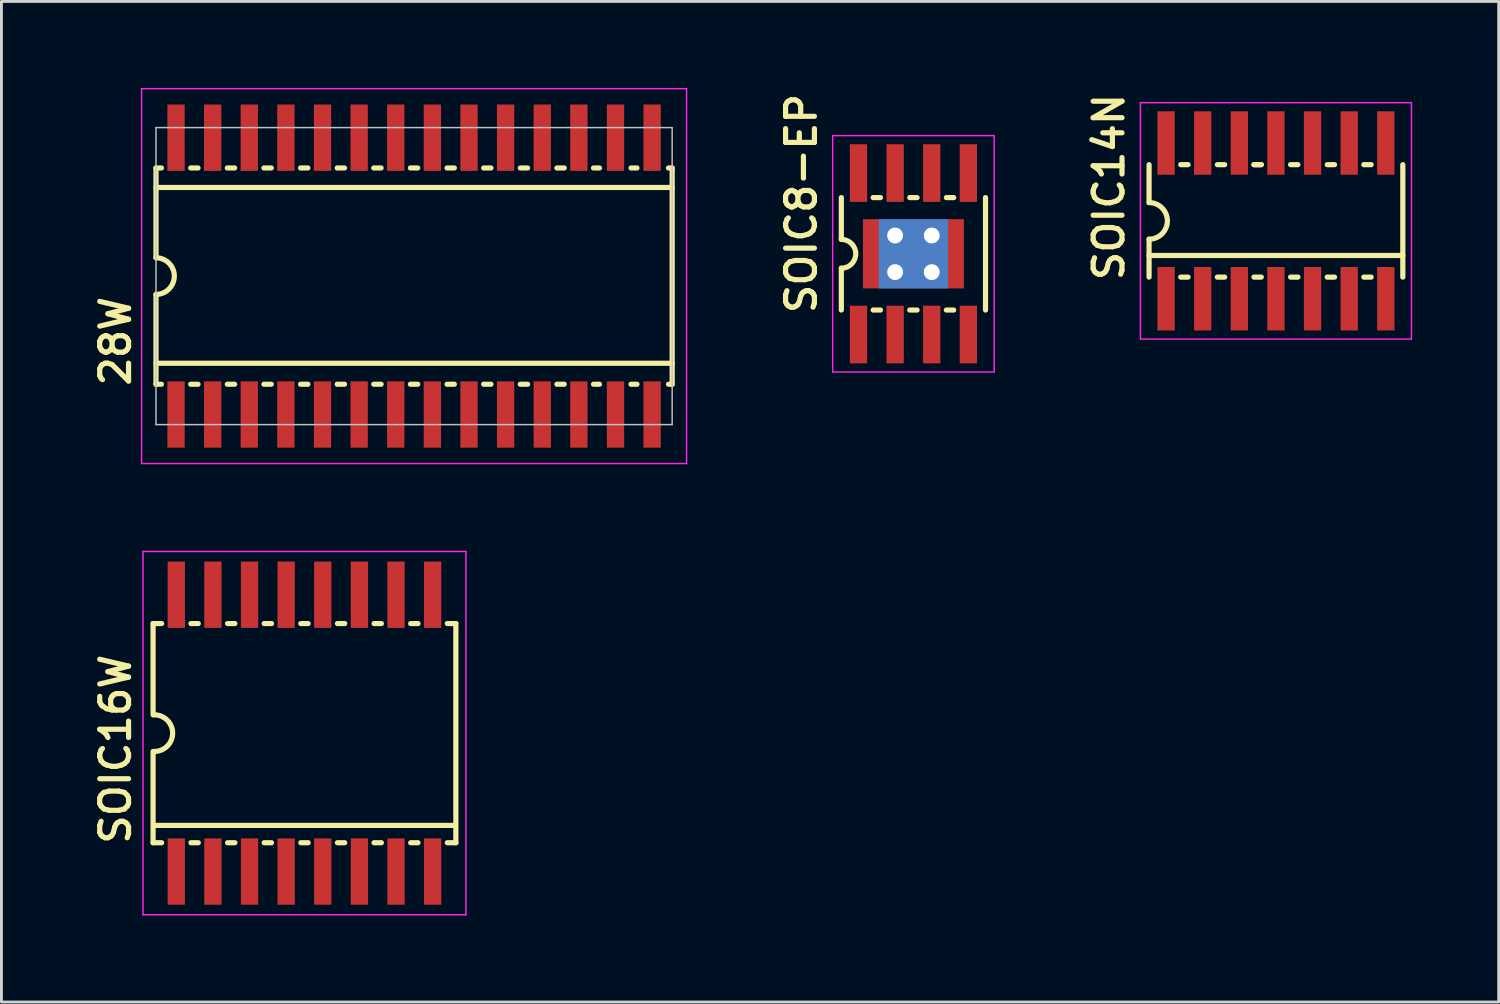
<source format=kicad_pcb>
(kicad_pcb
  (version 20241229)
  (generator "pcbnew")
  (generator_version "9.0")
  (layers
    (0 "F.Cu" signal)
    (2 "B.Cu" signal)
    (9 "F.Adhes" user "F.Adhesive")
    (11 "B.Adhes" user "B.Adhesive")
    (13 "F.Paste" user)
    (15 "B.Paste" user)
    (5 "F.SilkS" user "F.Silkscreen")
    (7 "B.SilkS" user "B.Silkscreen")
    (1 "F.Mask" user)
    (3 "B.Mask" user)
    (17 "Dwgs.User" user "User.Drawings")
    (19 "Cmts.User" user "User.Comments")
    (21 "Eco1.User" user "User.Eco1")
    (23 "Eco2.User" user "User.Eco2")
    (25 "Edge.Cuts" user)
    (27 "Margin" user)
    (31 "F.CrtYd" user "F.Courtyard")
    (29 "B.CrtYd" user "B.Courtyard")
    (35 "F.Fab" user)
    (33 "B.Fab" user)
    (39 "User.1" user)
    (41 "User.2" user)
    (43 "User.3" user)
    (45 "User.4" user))
  (footprint "28W"
    (layer "F.Cu")
    (at 11.31 6.525)
    (property "Reference" "28W" (at -9.77 3.9 90) (layer "F.SilkS") (effects (font (size 1 1) (thickness 0.18)) (justify left bottom)))
    (attr through_hole)
    (fp_line (start -8.95 -3.75) (end -8.763 -3.75) (stroke (width 0.18) (type solid)) (layer "F.SilkS"))
    (fp_line (start -8.95 -3.073) (end 8.95 -3.073) (stroke (width 0.18) (type solid)) (layer "F.SilkS"))
    (fp_line (start -8.95 -0.635) (end -8.95 -3.75) (stroke (width 0.18) (type solid)) (layer "F.SilkS"))
    (fp_line (start -8.95 3.023) (end 8.95 3.023) (stroke (width 0.18) (type solid)) (layer "F.SilkS"))
    (fp_line (start -8.95 3.75) (end -8.95 0.635) (stroke (width 0.18) (type solid)) (layer "F.SilkS"))
    (fp_line (start -8.95 3.75) (end -8.763 3.75) (stroke (width 0.18) (type solid)) (layer "F.SilkS"))
    (fp_line (start -7.747 -3.75) (end -7.493 -3.75) (stroke (width 0.18) (type solid)) (layer "F.SilkS"))
    (fp_line (start -7.747 3.75) (end -7.493 3.75) (stroke (width 0.18) (type solid)) (layer "F.SilkS"))
    (fp_line (start -6.477 -3.75) (end -6.223 -3.75) (stroke (width 0.18) (type solid)) (layer "F.SilkS"))
    (fp_line (start -6.477 3.75) (end -6.223 3.75) (stroke (width 0.18) (type solid)) (layer "F.SilkS"))
    (fp_line (start -5.207 -3.75) (end -4.953 -3.75) (stroke (width 0.18) (type solid)) (layer "F.SilkS"))
    (fp_line (start -5.207 3.75) (end -4.953 3.75) (stroke (width 0.18) (type solid)) (layer "F.SilkS"))
    (fp_line (start -3.937 -3.75) (end -3.683 -3.75) (stroke (width 0.18) (type solid)) (layer "F.SilkS"))
    (fp_line (start -3.937 3.75) (end -3.683 3.75) (stroke (width 0.18) (type solid)) (layer "F.SilkS"))
    (fp_line (start -2.667 -3.75) (end -2.413 -3.75) (stroke (width 0.18) (type solid)) (layer "F.SilkS"))
    (fp_line (start -2.667 3.75) (end -2.413 3.75) (stroke (width 0.18) (type solid)) (layer "F.SilkS"))
    (fp_line (start -1.397 -3.75) (end -1.143 -3.75) (stroke (width 0.18) (type solid)) (layer "F.SilkS"))
    (fp_line (start -1.397 3.75) (end -1.143 3.75) (stroke (width 0.18) (type solid)) (layer "F.SilkS"))
    (fp_line (start -0.127 -3.75) (end 0.127 -3.75) (stroke (width 0.18) (type solid)) (layer "F.SilkS"))
    (fp_line (start -0.127 3.75) (end 0.127 3.75) (stroke (width 0.18) (type solid)) (layer "F.SilkS"))
    (fp_line (start 1.143 -3.75) (end 1.397 -3.75) (stroke (width 0.18) (type solid)) (layer "F.SilkS"))
    (fp_line (start 1.143 3.75) (end 1.397 3.75) (stroke (width 0.18) (type solid)) (layer "F.SilkS"))
    (fp_line (start 2.413 -3.75) (end 2.667 -3.75) (stroke (width 0.18) (type solid)) (layer "F.SilkS"))
    (fp_line (start 2.413 3.75) (end 2.667 3.75) (stroke (width 0.18) (type solid)) (layer "F.SilkS"))
    (fp_line (start 3.683 -3.75) (end 3.937 -3.75) (stroke (width 0.18) (type solid)) (layer "F.SilkS"))
    (fp_line (start 3.683 3.75) (end 3.937 3.75) (stroke (width 0.18) (type solid)) (layer "F.SilkS"))
    (fp_line (start 4.953 -3.75) (end 5.207 -3.75) (stroke (width 0.18) (type solid)) (layer "F.SilkS"))
    (fp_line (start 4.953 3.75) (end 5.207 3.75) (stroke (width 0.18) (type solid)) (layer "F.SilkS"))
    (fp_line (start 6.223 -3.75) (end 6.43 -3.75) (stroke (width 0.18) (type solid)) (layer "F.SilkS"))
    (fp_line (start 6.223 3.75) (end 6.43 3.75) (stroke (width 0.18) (type solid)) (layer "F.SilkS"))
    (fp_line (start 7.523 -3.75) (end 7.73 -3.75) (stroke (width 0.18) (type solid)) (layer "F.SilkS"))
    (fp_line (start 7.523 3.75) (end 7.73 3.75) (stroke (width 0.18) (type solid)) (layer "F.SilkS"))
    (fp_line (start 8.823 -3.75) (end 8.95 -3.75) (stroke (width 0.18) (type solid)) (layer "F.SilkS"))
    (fp_line (start 8.823 3.75) (end 8.95 3.75) (stroke (width 0.18) (type solid)) (layer "F.SilkS"))
    (fp_line (start 8.95 -3.75) (end 8.95 3.75) (stroke (width 0.18) (type solid)) (layer "F.SilkS"))
    (fp_arc (start -8.95 -0.635) (mid -8.315 0) (end -8.95 0.635) (stroke (width 0.18) (type solid)) (layer "F.SilkS"))
    (fp_line (start -8.95 -5.15) (end 8.95 -5.15) (stroke (width 0.05) (type solid)) (layer "Dwgs.User"))
    (fp_line (start -8.95 5.15) (end -8.95 -5.15) (stroke (width 0.05) (type solid)) (layer "Dwgs.User"))
    (fp_line (start -8.95 5.15) (end 8.95 5.15) (stroke (width 0.05) (type solid)) (layer "Dwgs.User"))
    (fp_line (start 8.95 5.15) (end 8.95 -5.15) (stroke (width 0.05) (type solid)) (layer "Dwgs.User"))
    (fp_line (start -9.45 -6.5) (end 9.45 -6.5) (stroke (width 0.05) (type solid)) (layer "F.CrtYd"))
    (fp_line (start -9.45 6.5) (end -9.45 -6.5) (stroke (width 0.05) (type solid)) (layer "F.CrtYd"))
    (fp_line (start 9.45 -6.5) (end 9.45 6.5) (stroke (width 0.05) (type solid)) (layer "F.CrtYd"))
    (fp_line (start 9.45 6.5) (end -9.45 6.5) (stroke (width 0.05) (type solid)) (layer "F.CrtYd"))
    (pad "1" smd rect (at -8.255 4.8) (size 0.6 2.3) (layers "F.Cu" "F.Mask" "F.Paste"))
    (pad "2" smd rect (at -6.985 4.8) (size 0.6 2.3) (layers "F.Cu" "F.Mask" "F.Paste"))
    (pad "3" smd rect (at -5.715 4.8) (size 0.6 2.3) (layers "F.Cu" "F.Mask" "F.Paste"))
    (pad "4" smd rect (at -4.445 4.8) (size 0.6 2.3) (layers "F.Cu" "F.Mask" "F.Paste"))
    (pad "5" smd rect (at -3.175 4.8) (size 0.6 2.3) (layers "F.Cu" "F.Mask" "F.Paste"))
    (pad "6" smd rect (at -1.905 4.8) (size 0.6 2.3) (layers "F.Cu" "F.Mask" "F.Paste"))
    (pad "7" smd rect (at -0.635 4.8) (size 0.6 2.3) (layers "F.Cu" "F.Mask" "F.Paste"))
    (pad "8" smd rect (at 0.635 4.8) (size 0.6 2.3) (layers "F.Cu" "F.Mask" "F.Paste"))
    (pad "9" smd rect (at 1.905 4.8) (size 0.6 2.3) (layers "F.Cu" "F.Mask" "F.Paste"))
    (pad "10" smd rect (at 3.175 4.8) (size 0.6 2.3) (layers "F.Cu" "F.Mask" "F.Paste"))
    (pad "11" smd rect (at 4.445 4.8) (size 0.6 2.3) (layers "F.Cu" "F.Mask" "F.Paste"))
    (pad "12" smd rect (at 5.715 4.8) (size 0.6 2.3) (layers "F.Cu" "F.Mask" "F.Paste"))
    (pad "13" smd rect (at 6.985 4.8) (size 0.6 2.3) (layers "F.Cu" "F.Mask" "F.Paste"))
    (pad "14" smd rect (at 8.255 4.8) (size 0.6 2.3) (layers "F.Cu" "F.Mask" "F.Paste"))
    (pad "15" smd rect (at 8.255 -4.8) (size 0.6 2.3) (layers "F.Cu" "F.Mask" "F.Paste"))
    (pad "16" smd rect (at 6.985 -4.8) (size 0.6 2.3) (layers "F.Cu" "F.Mask" "F.Paste"))
    (pad "17" smd rect (at 5.715 -4.8) (size 0.6 2.3) (layers "F.Cu" "F.Mask" "F.Paste"))
    (pad "18" smd rect (at 4.445 -4.8) (size 0.6 2.3) (layers "F.Cu" "F.Mask" "F.Paste"))
    (pad "19" smd rect (at 3.175 -4.8) (size 0.6 2.3) (layers "F.Cu" "F.Mask" "F.Paste"))
    (pad "20" smd rect (at 1.905 -4.8) (size 0.6 2.3) (layers "F.Cu" "F.Mask" "F.Paste"))
    (pad "21" smd rect (at 0.635 -4.8) (size 0.6 2.3) (layers "F.Cu" "F.Mask" "F.Paste"))
    (pad "22" smd rect (at -0.635 -4.8) (size 0.6 2.3) (layers "F.Cu" "F.Mask" "F.Paste"))
    (pad "23" smd rect (at -1.905 -4.8) (size 0.6 2.3) (layers "F.Cu" "F.Mask" "F.Paste"))
    (pad "24" smd rect (at -3.175 -4.8) (size 0.6 2.3) (layers "F.Cu" "F.Mask" "F.Paste"))
    (pad "25" smd rect (at -4.445 -4.8) (size 0.6 2.3) (layers "F.Cu" "F.Mask" "F.Paste"))
    (pad "26" smd rect (at -5.715 -4.8) (size 0.6 2.3) (layers "F.Cu" "F.Mask" "F.Paste"))
    (pad "27" smd rect (at -6.985 -4.8) (size 0.6 2.3) (layers "F.Cu" "F.Mask" "F.Paste"))
    (pad "28" smd rect (at -8.255 -4.8) (size 0.6 2.3) (layers "F.Cu" "F.Mask" "F.Paste")))
  (footprint "SOIC14N"
    (layer "F.Cu")
    (at 41.199 4.61)
    (property "Reference" "SOIC14N" (at -5.207 2.159 90) (layer "F.SilkS") (effects (font (size 1 1) (thickness 0.18)) (justify left bottom)))
    (attr through_hole)
    (fp_line (start -4.4 -0.635) (end -4.4 -1.95) (stroke (width 0.18) (type solid)) (layer "F.SilkS"))
    (fp_line (start -4.4 1.95) (end -4.4 0.635) (stroke (width 0.18) (type solid)) (layer "F.SilkS"))
    (fp_line (start -3.302 -1.95) (end -3.048 -1.95) (stroke (width 0.18) (type solid)) (layer "F.SilkS"))
    (fp_line (start -3.302 1.95) (end -3.048 1.95) (stroke (width 0.18) (type solid)) (layer "F.SilkS"))
    (fp_line (start -2.032 -1.95) (end -1.778 -1.95) (stroke (width 0.18) (type solid)) (layer "F.SilkS"))
    (fp_line (start -2.032 1.95) (end -1.778 1.95) (stroke (width 0.18) (type solid)) (layer "F.SilkS"))
    (fp_line (start -0.762 -1.95) (end -0.508 -1.95) (stroke (width 0.18) (type solid)) (layer "F.SilkS"))
    (fp_line (start -0.762 -1.95) (end -0.508 -1.95) (stroke (width 0.18) (type solid)) (layer "F.SilkS"))
    (fp_line (start -0.762 1.95) (end -0.508 1.95) (stroke (width 0.18) (type solid)) (layer "F.SilkS"))
    (fp_line (start 0.508 -1.95) (end 0.762 -1.95) (stroke (width 0.18) (type solid)) (layer "F.SilkS"))
    (fp_line (start 0.508 1.95) (end 0.762 1.95) (stroke (width 0.18) (type solid)) (layer "F.SilkS"))
    (fp_line (start 1.778 -1.95) (end 2.032 -1.95) (stroke (width 0.18) (type solid)) (layer "F.SilkS"))
    (fp_line (start 1.778 1.95) (end 2.032 1.95) (stroke (width 0.18) (type solid)) (layer "F.SilkS"))
    (fp_line (start 3.048 -1.95) (end 3.302 -1.95) (stroke (width 0.18) (type solid)) (layer "F.SilkS"))
    (fp_line (start 3.048 1.95) (end 3.302 1.95) (stroke (width 0.18) (type solid)) (layer "F.SilkS"))
    (fp_line (start 4.4 -1.95) (end 4.4 1.95) (stroke (width 0.18) (type solid)) (layer "F.SilkS"))
    (fp_line (start 4.4 1.2) (end -4.4 1.2) (stroke (width 0.18) (type solid)) (layer "F.SilkS"))
    (fp_arc (start -4.4 -0.635) (mid -3.765 0) (end -4.4 0.635) (stroke (width 0.18) (type solid)) (layer "F.SilkS"))
    (fp_line (start -4.7 -4.1) (end 4.7 -4.1) (stroke (width 0.05) (type solid)) (layer "F.CrtYd"))
    (fp_line (start -4.7 4.1) (end -4.7 -4.1) (stroke (width 0.05) (type solid)) (layer "F.CrtYd"))
    (fp_line (start 4.7 -4.1) (end 4.7 4.1) (stroke (width 0.05) (type solid)) (layer "F.CrtYd"))
    (fp_line (start 4.7 4.1) (end -4.7 4.1) (stroke (width 0.05) (type solid)) (layer "F.CrtYd"))
    (pad "1" smd rect (at -3.81 2.7) (size 0.6 2.2) (layers "F.Cu" "F.Mask" "F.Paste"))
    (pad "2" smd rect (at -2.54 2.7) (size 0.6 2.2) (layers "F.Cu" "F.Mask" "F.Paste"))
    (pad "3" smd rect (at -1.27 2.7) (size 0.6 2.2) (layers "F.Cu" "F.Mask" "F.Paste"))
    (pad "4" smd rect (at 0 2.7) (size 0.6 2.2) (layers "F.Cu" "F.Mask" "F.Paste"))
    (pad "5" smd rect (at 1.27 2.7) (size 0.6 2.2) (layers "F.Cu" "F.Mask" "F.Paste"))
    (pad "6" smd rect (at 2.54 2.7) (size 0.6 2.2) (layers "F.Cu" "F.Mask" "F.Paste"))
    (pad "7" smd rect (at 3.81 2.7) (size 0.6 2.2) (layers "F.Cu" "F.Mask" "F.Paste"))
    (pad "8" smd rect (at 3.81 -2.7) (size 0.6 2.2) (layers "F.Cu" "F.Mask" "F.Paste"))
    (pad "9" smd rect (at 2.54 -2.7) (size 0.6 2.2) (layers "F.Cu" "F.Mask" "F.Paste"))
    (pad "10" smd rect (at 1.27 -2.7) (size 0.6 2.2) (layers "F.Cu" "F.Mask" "F.Paste"))
    (pad "11" smd rect (at 0 -2.7) (size 0.6 2.2) (layers "F.Cu" "F.Mask" "F.Paste"))
    (pad "12" smd rect (at -1.27 -2.7) (size 0.6 2.2) (layers "F.Cu" "F.Mask" "F.Paste"))
    (pad "13" smd rect (at -2.54 -2.7) (size 0.6 2.2) (layers "F.Cu" "F.Mask" "F.Paste"))
    (pad "14" smd rect (at -3.81 -2.7) (size 0.6 2.2) (layers "F.Cu" "F.Mask" "F.Paste")))
  (footprint "SOIC16W"
    (layer "F.Cu")
    (at 7.509 22.375)
    (property "Reference" "SOIC16W" (at -5.969 3.937 90) (layer "F.SilkS") (effects (font (size 1 1) (thickness 0.18)) (justify left bottom)))
    (attr through_hole)
    (fp_line (start -5.25 -3.8) (end -5.25 -0.635) (stroke (width 0.18) (type solid)) (layer "F.SilkS"))
    (fp_line (start -5.25 -3.8) (end -4.953 -3.8) (stroke (width 0.18) (type solid)) (layer "F.SilkS"))
    (fp_line (start -5.25 3.8) (end -5.25 0.635) (stroke (width 0.18) (type solid)) (layer "F.SilkS"))
    (fp_line (start -5.25 3.8) (end -4.953 3.8) (stroke (width 0.18) (type solid)) (layer "F.SilkS"))
    (fp_line (start -3.937 -3.8) (end -3.683 -3.8) (stroke (width 0.18) (type solid)) (layer "F.SilkS"))
    (fp_line (start -3.937 3.8) (end -3.683 3.8) (stroke (width 0.18) (type solid)) (layer "F.SilkS"))
    (fp_line (start -2.667 -3.8) (end -2.413 -3.8) (stroke (width 0.18) (type solid)) (layer "F.SilkS"))
    (fp_line (start -2.667 3.8) (end -2.413 3.8) (stroke (width 0.18) (type solid)) (layer "F.SilkS"))
    (fp_line (start -1.397 -3.8) (end -1.143 -3.8) (stroke (width 0.18) (type solid)) (layer "F.SilkS"))
    (fp_line (start -1.397 3.8) (end -1.143 3.8) (stroke (width 0.18) (type solid)) (layer "F.SilkS"))
    (fp_line (start -0.127 -3.8) (end 0.127 -3.8) (stroke (width 0.18) (type solid)) (layer "F.SilkS"))
    (fp_line (start -0.127 3.8) (end 0.127 3.8) (stroke (width 0.18) (type solid)) (layer "F.SilkS"))
    (fp_line (start 1.143 -3.8) (end 1.397 -3.8) (stroke (width 0.18) (type solid)) (layer "F.SilkS"))
    (fp_line (start 1.143 3.8) (end 1.397 3.8) (stroke (width 0.18) (type solid)) (layer "F.SilkS"))
    (fp_line (start 2.413 -3.8) (end 2.667 -3.8) (stroke (width 0.18) (type solid)) (layer "F.SilkS"))
    (fp_line (start 2.413 3.8) (end 2.667 3.8) (stroke (width 0.18) (type solid)) (layer "F.SilkS"))
    (fp_line (start 3.683 -3.8) (end 3.937 -3.8) (stroke (width 0.18) (type solid)) (layer "F.SilkS"))
    (fp_line (start 3.683 3.8) (end 3.937 3.8) (stroke (width 0.18) (type solid)) (layer "F.SilkS"))
    (fp_line (start 4.953 -3.8) (end 5.25 -3.8) (stroke (width 0.18) (type solid)) (layer "F.SilkS"))
    (fp_line (start 4.953 3.8) (end 5.25 3.8) (stroke (width 0.18) (type solid)) (layer "F.SilkS"))
    (fp_line (start 5.182 3.2) (end -5.182 3.2) (stroke (width 0.18) (type solid)) (layer "F.SilkS"))
    (fp_line (start 5.25 -3.8) (end 5.25 3.8) (stroke (width 0.18) (type solid)) (layer "F.SilkS"))
    (fp_arc (start -5.207 -0.635) (mid -4.572 0) (end -5.207 0.635) (stroke (width 0.18) (type solid)) (layer "F.SilkS"))
    (fp_line (start -5.6 -6.3) (end 5.6 -6.3) (stroke (width 0.05) (type solid)) (layer "F.CrtYd"))
    (fp_line (start -5.6 6.3) (end -5.6 -6.3) (stroke (width 0.05) (type solid)) (layer "F.CrtYd"))
    (fp_line (start 5.6 -6.3) (end 5.6 6.3) (stroke (width 0.05) (type solid)) (layer "F.CrtYd"))
    (fp_line (start 5.6 6.3) (end -5.6 6.3) (stroke (width 0.05) (type solid)) (layer "F.CrtYd"))
    (pad "1" smd rect (at -4.445 4.8) (size 0.6 2.3) (layers "F.Cu" "F.Mask" "F.Paste"))
    (pad "2" smd rect (at -3.175 4.8) (size 0.6 2.3) (layers "F.Cu" "F.Mask" "F.Paste"))
    (pad "3" smd rect (at -1.905 4.8) (size 0.6 2.3) (layers "F.Cu" "F.Mask" "F.Paste"))
    (pad "4" smd rect (at -0.635 4.8) (size 0.6 2.3) (layers "F.Cu" "F.Mask" "F.Paste"))
    (pad "5" smd rect (at 0.635 4.8) (size 0.6 2.3) (layers "F.Cu" "F.Mask" "F.Paste"))
    (pad "6" smd rect (at 1.905 4.8) (size 0.6 2.3) (layers "F.Cu" "F.Mask" "F.Paste"))
    (pad "7" smd rect (at 3.175 4.8) (size 0.6 2.3) (layers "F.Cu" "F.Mask" "F.Paste"))
    (pad "8" smd rect (at 4.445 4.8) (size 0.6 2.3) (layers "F.Cu" "F.Mask" "F.Paste"))
    (pad "9" smd rect (at 4.445 -4.8) (size 0.6 2.3) (layers "F.Cu" "F.Mask" "F.Paste"))
    (pad "10" smd rect (at 3.175 -4.8) (size 0.6 2.3) (layers "F.Cu" "F.Mask" "F.Paste"))
    (pad "11" smd rect (at 1.905 -4.8) (size 0.6 2.3) (layers "F.Cu" "F.Mask" "F.Paste"))
    (pad "12" smd rect (at 0.635 -4.8) (size 0.6 2.3) (layers "F.Cu" "F.Mask" "F.Paste"))
    (pad "13" smd rect (at -0.635 -4.8) (size 0.6 2.3) (layers "F.Cu" "F.Mask" "F.Paste"))
    (pad "14" smd rect (at -1.905 -4.8) (size 0.6 2.3) (layers "F.Cu" "F.Mask" "F.Paste"))
    (pad "15" smd rect (at -3.175 -4.8) (size 0.6 2.3) (layers "F.Cu" "F.Mask" "F.Paste"))
    (pad "16" smd rect (at -4.445 -4.8) (size 0.6 2.3) (layers "F.Cu" "F.Mask" "F.Paste")))
  (footprint "SOIC8-EP"
    (layer "F.Cu")
    (at 28.627 5.752)
    (property "Reference" "SOIC8-EP" (at -3.302 2.159 90) (layer "F.SilkS") (effects (font (size 1 1) (thickness 0.18)) (justify left bottom)))
    (attr through_hole)
    (fp_line (start -2.5 -0.5) (end -2.5 -1.95) (stroke (width 0.18) (type solid)) (layer "F.SilkS"))
    (fp_line (start -2.5 1.95) (end -2.5 0.5) (stroke (width 0.18) (type solid)) (layer "F.SilkS"))
    (fp_line (start -1.397 -1.95) (end -1.143 -1.95) (stroke (width 0.18) (type solid)) (layer "F.SilkS"))
    (fp_line (start -1.397 1.95) (end -1.143 1.95) (stroke (width 0.18) (type solid)) (layer "F.SilkS"))
    (fp_line (start -0.127 -1.95) (end 0.127 -1.95) (stroke (width 0.18) (type solid)) (layer "F.SilkS"))
    (fp_line (start -0.127 1.95) (end 0.127 1.95) (stroke (width 0.18) (type solid)) (layer "F.SilkS"))
    (fp_line (start 1.143 -1.95) (end 1.397 -1.95) (stroke (width 0.18) (type solid)) (layer "F.SilkS"))
    (fp_line (start 1.143 1.95) (end 1.397 1.95) (stroke (width 0.18) (type solid)) (layer "F.SilkS"))
    (fp_line (start 2.5 -1.95) (end 2.5 1.95) (stroke (width 0.18) (type solid)) (layer "F.SilkS"))
    (fp_arc (start -2.5 -0.5) (mid -2 0) (end -2.5 0.5) (stroke (width 0.18) (type solid)) (layer "F.SilkS"))
    (fp_line (start -2.8 -4.1) (end 2.8 -4.1) (stroke (width 0.05) (type solid)) (layer "F.CrtYd"))
    (fp_line (start -2.8 4.1) (end -2.8 -4.1) (stroke (width 0.05) (type solid)) (layer "F.CrtYd"))
    (fp_line (start 2.8 -4.1) (end 2.8 4.1) (stroke (width 0.05) (type solid)) (layer "F.CrtYd"))
    (fp_line (start 2.8 4.1) (end -2.8 4.1) (stroke (width 0.05) (type solid)) (layer "F.CrtYd"))
    (pad "1" smd rect (at -1.905 2.8) (size 0.6 2) (layers "F.Cu" "F.Mask" "F.Paste"))
    (pad "2" smd rect (at -0.635 2.8) (size 0.6 2) (layers "F.Cu" "F.Mask" "F.Paste"))
    (pad "3" smd rect (at 0.635 2.8) (size 0.6 2) (layers "F.Cu" "F.Mask" "F.Paste"))
    (pad "4" smd rect (at 1.905 2.8) (size 0.6 2) (layers "F.Cu" "F.Mask" "F.Paste"))
    (pad "5" smd rect (at 1.905 -2.8) (size 0.6 2) (layers "F.Cu" "F.Mask" "F.Paste"))
    (pad "6" smd rect (at 0.635 -2.8) (size 0.6 2) (layers "F.Cu" "F.Mask" "F.Paste"))
    (pad "7" smd rect (at -0.635 -2.8) (size 0.6 2) (layers "F.Cu" "F.Mask" "F.Paste"))
    (pad "8" smd rect (at -1.905 -2.8) (size 0.6 2) (layers "F.Cu" "F.Mask" "F.Paste"))
    (pad "EP" thru_hole circle (at -0.635 -0.635) (size 1 1) (drill 0.55) (layers "*.Cu"))
    (pad "EP" thru_hole circle (at -0.635 0.635) (size 1 1) (drill 0.55) (layers "*.Cu"))
    (pad "EP" smd rect (at 0 0) (size 2.4 2.4) (layers "B.Cu" "B.Mask"))
    (pad "EP" smd rect (at 0 0) (size 3.5 2.4) (layers "F.Cu" "F.Mask" "F.Paste"))
    (pad "EP" thru_hole circle (at 0.635 -0.635) (size 1 1) (drill 0.55) (layers "*.Cu"))
    (pad "EP" thru_hole circle (at 0.635 0.635) (size 1 1) (drill 0.55) (layers "*.Cu")))
  (gr_rect
    (start -3 -3)
    (end 48.924 31.7)
    (stroke (width 0.1) (type default))
    (fill no)
    (layer "Edge.Cuts")))
</source>
